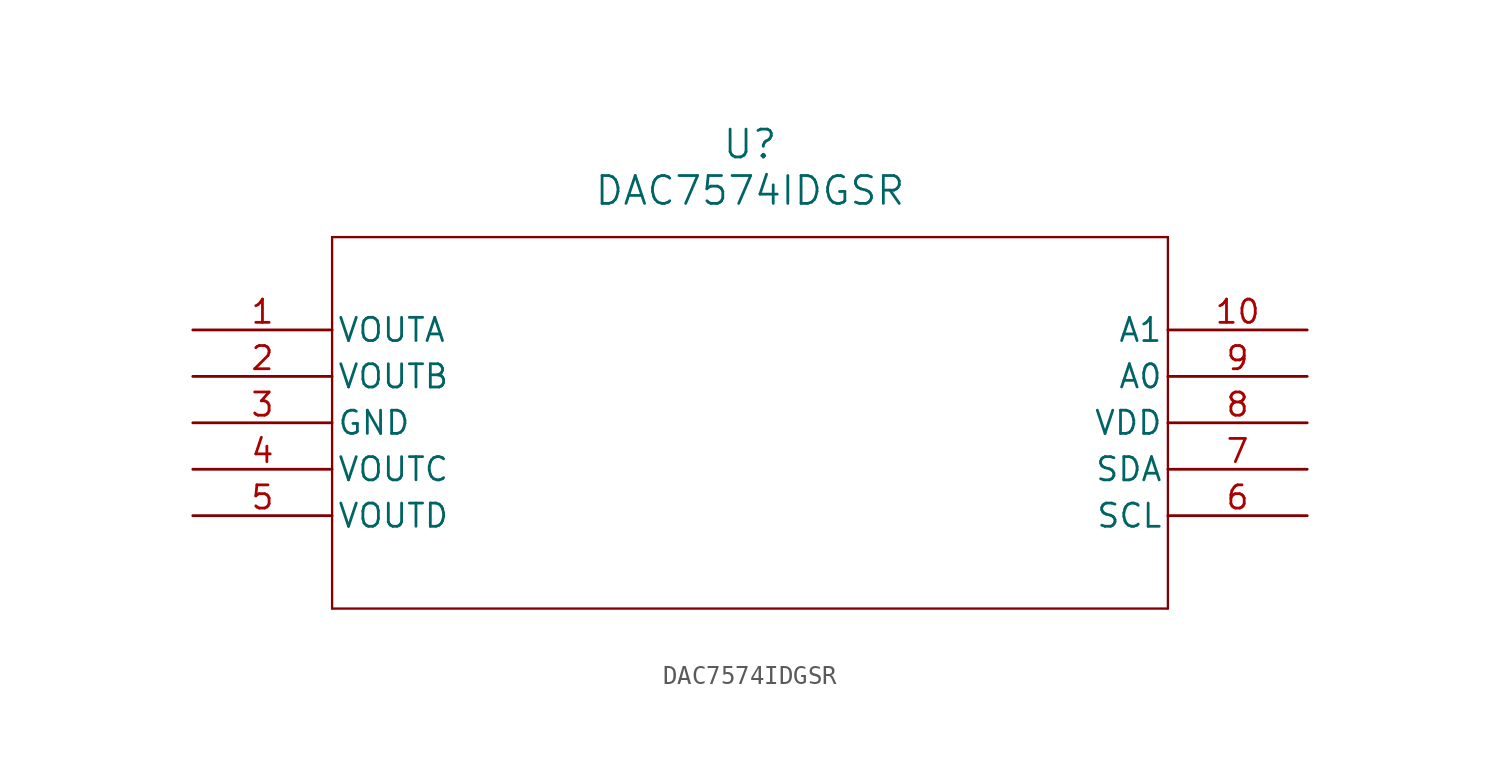
<source format=kicad_sym>
(kicad_symbol_lib
  (version 20211014)
  (generator kicad_symbol_editor)
  (symbol "DAC7574IDGSR"
    (pin_names
      (offset 0.254))
    (property "Reference" "U"
      (at 30.48 10.16 0)
      (effects (font (size 1.524 1.524))))
    (property "Value" "DAC7574IDGSR"
      (at 30.48 7.62 0)
      (effects (font (size 1.524 1.524))))
    (symbol "DAC7574IDGSR_0_1"
      (polyline (pts (xy 7.62 5.08) (xy 7.62 -15.24)) (stroke (width 0.127) (type default) (color 0 0 0 0)) (fill (type none)))
      (polyline (pts (xy 7.62 -15.24) (xy 53.34 -15.24)) (stroke (width 0.127) (type default) (color 0 0 0 0)) (fill (type none)))
      (polyline (pts (xy 53.34 -15.24) (xy 53.34 5.08)) (stroke (width 0.127) (type default) (color 0 0 0 0)) (fill (type none)))
      (polyline (pts (xy 53.34 5.08) (xy 7.62 5.08)) (stroke (width 0.127) (type default) (color 0 0 0 0)) (fill (type none)))
      (pin output line (at 0 0 0) (length 7.62) (name "VOUTA" (effects (font (size 1.27 1.27)))) (number "1" (effects (font (size 1.27 1.27)))))
      (pin output line (at 0 -2.54 0) (length 7.62) (name "VOUTB" (effects (font (size 1.27 1.27)))) (number "2" (effects (font (size 1.27 1.27)))))
      (pin power_in line (at 0 -5.08 0) (length 7.62) (name "GND" (effects (font (size 1.27 1.27)))) (number "3" (effects (font (size 1.27 1.27)))))
      (pin output line (at 0 -7.62 0) (length 7.62) (name "VOUTC" (effects (font (size 1.27 1.27)))) (number "4" (effects (font (size 1.27 1.27)))))
      (pin output line (at 0 -10.16 0) (length 7.62) (name "VOUTD" (effects (font (size 1.27 1.27)))) (number "5" (effects (font (size 1.27 1.27)))))
      (pin input line (at 60.96 -10.16 180) (length 7.62) (name "SCL" (effects (font (size 1.27 1.27)))) (number "6" (effects (font (size 1.27 1.27)))))
      (pin bidirectional line (at 60.96 -7.62 180) (length 7.62) (name "SDA" (effects (font (size 1.27 1.27)))) (number "7" (effects (font (size 1.27 1.27)))))
      (pin power_in line (at 60.96 -5.08 180) (length 7.62) (name "VDD" (effects (font (size 1.27 1.27)))) (number "8" (effects (font (size 1.27 1.27)))))
      (pin unspecified line (at 60.96 -2.54 180) (length 7.62) (name "A0" (effects (font (size 1.27 1.27)))) (number "9" (effects (font (size 1.27 1.27)))))
      (pin unspecified line (at 60.96 0 180) (length 7.62) (name "A1" (effects (font (size 1.27 1.27)))) (number "10" (effects (font (size 1.27 1.27))))))))
</source>
